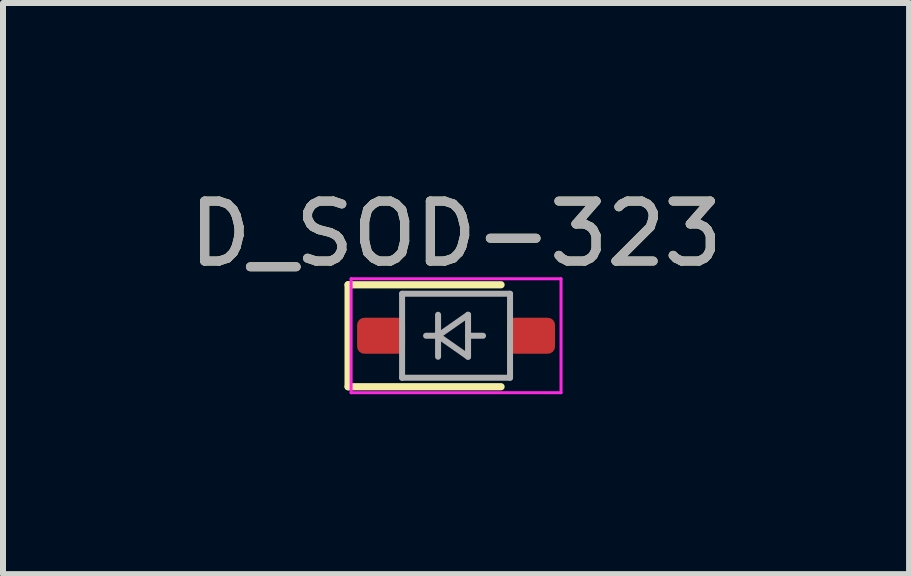
<source format=kicad_pcb>
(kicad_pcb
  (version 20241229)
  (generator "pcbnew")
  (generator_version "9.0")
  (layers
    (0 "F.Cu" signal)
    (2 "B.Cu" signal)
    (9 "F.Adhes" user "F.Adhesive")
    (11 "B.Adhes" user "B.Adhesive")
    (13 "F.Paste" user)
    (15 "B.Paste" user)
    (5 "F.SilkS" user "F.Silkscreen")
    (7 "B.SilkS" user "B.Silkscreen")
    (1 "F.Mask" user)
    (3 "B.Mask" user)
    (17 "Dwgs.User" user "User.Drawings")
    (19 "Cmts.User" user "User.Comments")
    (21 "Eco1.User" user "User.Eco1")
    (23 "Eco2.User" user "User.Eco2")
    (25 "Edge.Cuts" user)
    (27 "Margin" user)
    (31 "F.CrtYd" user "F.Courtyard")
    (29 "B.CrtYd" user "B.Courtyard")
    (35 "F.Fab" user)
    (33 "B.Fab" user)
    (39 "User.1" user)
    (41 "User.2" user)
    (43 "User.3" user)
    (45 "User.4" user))
  (footprint "D_SOD-323"
    (layer "F.Cu")
    (at 4.554 2.548)
    (property "Reference" "D_SOD-323" (at 0 -1.7 0) (layer "F.SilkS") (effects (font (size 1 1) (thickness 0.15))))
    (attr smd)
    (fp_line (start -1.8 -0.85) (end -1.8 0.85) (stroke (width 0.12) (type solid)) (layer "F.SilkS"))
    (fp_line (start -1.8 -0.85) (end 0.75 -0.85) (stroke (width 0.12) (type solid)) (layer "F.SilkS"))
    (fp_line (start -1.8 0.85) (end 0.75 0.85) (stroke (width 0.12) (type solid)) (layer "F.SilkS"))
    (fp_line (start -1.75 -0.95) (end -1.75 0.95) (stroke (width 0.05) (type solid)) (layer "F.CrtYd"))
    (fp_line (start -1.75 -0.95) (end 1.75 -0.95) (stroke (width 0.05) (type solid)) (layer "F.CrtYd"))
    (fp_line (start -1.75 0.95) (end 1.75 0.95) (stroke (width 0.05) (type solid)) (layer "F.CrtYd"))
    (fp_line (start 1.75 -0.95) (end 1.75 0.95) (stroke (width 0.05) (type solid)) (layer "F.CrtYd"))
    (fp_line (start -0.9 -0.7) (end 0.9 -0.7) (stroke (width 0.1) (type solid)) (layer "F.Fab"))
    (fp_line (start -0.9 0.7) (end -0.9 -0.7) (stroke (width 0.1) (type solid)) (layer "F.Fab"))
    (fp_line (start -0.3 -0.35) (end -0.3 0.35) (stroke (width 0.1) (type solid)) (layer "F.Fab"))
    (fp_line (start -0.3 0) (end -0.5 0) (stroke (width 0.1) (type solid)) (layer "F.Fab"))
    (fp_line (start -0.3 0) (end 0.2 -0.35) (stroke (width 0.1) (type solid)) (layer "F.Fab"))
    (fp_line (start 0.2 -0.35) (end 0.2 0.35) (stroke (width 0.1) (type solid)) (layer "F.Fab"))
    (fp_line (start 0.2 0) (end 0.45 0) (stroke (width 0.1) (type solid)) (layer "F.Fab"))
    (fp_line (start 0.2 0.35) (end -0.3 0) (stroke (width 0.1) (type solid)) (layer "F.Fab"))
    (fp_line (start 0.9 -0.7) (end 0.9 0.7) (stroke (width 0.1) (type solid)) (layer "F.Fab"))
    (fp_line (start 0.9 0.7) (end -0.9 0.7) (stroke (width 0.1) (type solid)) (layer "F.Fab"))
    (fp_text user "${REFERENCE}" (at 0 -1.7 0) (layer "F.Fab") (effects (font (size 1 1) (thickness 0.15))))
    (pad "1" smd roundrect (at -1.25 0) (size 0.8 0.6) (layers "F.Cu" "F.Mask" "F.Paste") (roundrect_rratio 0.2))
    (pad "2" smd roundrect (at 1.25 0) (size 0.8 0.6) (layers "F.Cu" "F.Mask" "F.Paste") (roundrect_rratio 0.2)))
  (gr_rect
    (start -3 -3)
    (end 12.107 6.523)
    (stroke (width 0.1) (type default))
    (fill no)
    (layer "Edge.Cuts")))
</source>
